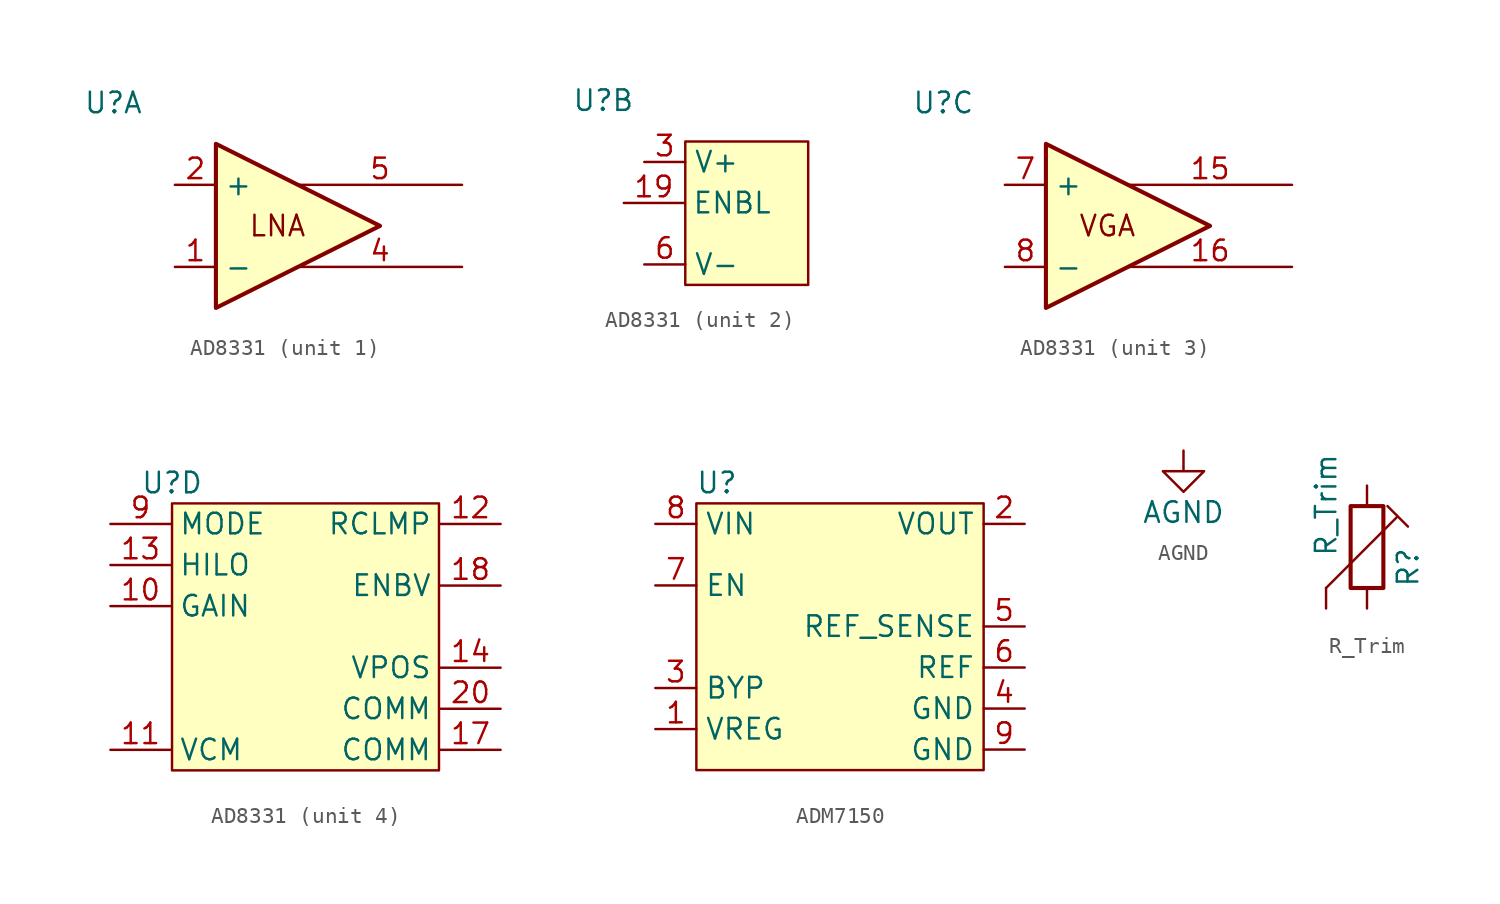
<source format=kicad_sym>
(kicad_symbol_lib
  (version 20220914)
  (generator kicad_symbol_editor)
  (symbol "AD8331"
    (property "Reference" "U"
      (at -8.89 7.62 0)
      (effects (font (size 1.27 1.27))))
    (property "Value" ""
      (at -3.81 -2.54 0)
      (effects (font (size 1.27 1.27))))
    (property "ki_locked" ""
      (at 0 0 0)
      (effects (font (size 1.27 1.27))))
    (symbol "AD8331_1_1"
      (polyline (pts (xy -2.54 5.08) (xy 7.62 0) (xy -2.54 -5.08) (xy -2.54 5.08)) (stroke (width 0.254) (type default)) (fill (type background)))
      (text "LNA" (at 1.27 0 0) (effects (font (size 1.27 1.27))))
      (pin input line (at -5.08 -2.54 0) (length 2.54) (name "-" (effects (font (size 1.27 1.27)))) (number "1" (effects (font (size 1.27 1.27)))))
      (pin input line (at -5.08 2.54 0) (length 2.54) (name "+" (effects (font (size 1.27 1.27)))) (number "2" (effects (font (size 1.27 1.27)))))
      (pin output line (at 12.7 -2.54 180) (length 10.16) (name "~" (effects (font (size 1.27 1.27)))) (number "4" (effects (font (size 1.27 1.27)))))
      (pin output line (at 12.7 2.54 180) (length 10.16) (name "~" (effects (font (size 1.27 1.27)))) (number "5" (effects (font (size 1.27 1.27))))))
    (symbol "AD8331_2_1"
      (rectangle (start -3.81 5.08) (end 3.81 -3.81) (stroke (width 0) (type default)) (fill (type background)))
      (pin input line (at -7.62 1.27 0) (length 3.72) (name "ENBL" (effects (font (size 1.27 1.27)))) (number "19" (effects (font (size 1.27 1.27)))))
      (pin power_in line (at -6.35 3.81 0) (length 2.54) (name "V+" (effects (font (size 1.27 1.27)))) (number "3" (effects (font (size 1.27 1.27)))))
      (pin power_in line (at -6.35 -2.54 0) (length 2.54) (name "V-" (effects (font (size 1.27 1.27)))) (number "6" (effects (font (size 1.27 1.27))))))
    (symbol "AD8331_3_1"
      (polyline (pts (xy -2.54 5.08) (xy 7.62 0) (xy -2.54 -5.08) (xy -2.54 5.08)) (stroke (width 0.254) (type default)) (fill (type background)))
      (text "VGA" (at 1.27 0 0) (effects (font (size 1.27 1.27))))
      (pin output line (at 12.7 2.54 180) (length 10.14) (name "~" (effects (font (size 1.27 1.27)))) (number "15" (effects (font (size 1.27 1.27)))))
      (pin output line (at 12.7 -2.54 180) (length 10.14) (name "~" (effects (font (size 1.27 1.27)))) (number "16" (effects (font (size 1.27 1.27)))))
      (pin input line (at -5.08 2.54 0) (length 2.54) (name "+" (effects (font (size 1.27 1.27)))) (number "7" (effects (font (size 1.27 1.27)))))
      (pin input line (at -5.08 -2.54 0) (length 2.54) (name "-" (effects (font (size 1.27 1.27)))) (number "8" (effects (font (size 1.27 1.27))))))
    (symbol "AD8331_4_1"
      (rectangle (start -8.89 6.35) (end 7.62 -10.16) (stroke (width 0) (type default)) (fill (type background)))
      (pin input line (at -12.7 0 0) (length 3.72) (name "GAIN" (effects (font (size 1.27 1.27)))) (number "10" (effects (font (size 1.27 1.27)))))
      (pin passive line (at -12.7 -8.89 0) (length 3.72) (name "VCM" (effects (font (size 1.27 1.27)))) (number "11" (effects (font (size 1.27 1.27)))))
      (pin passive line (at 11.43 5.08 180) (length 3.72) (name "RCLMP" (effects (font (size 1.27 1.27)))) (number "12" (effects (font (size 1.27 1.27)))))
      (pin input line (at -12.7 2.54 0) (length 3.72) (name "HILO" (effects (font (size 1.27 1.27)))) (number "13" (effects (font (size 1.27 1.27)))))
      (pin power_in line (at 11.43 -3.81 180) (length 3.72) (name "VPOS" (effects (font (size 1.27 1.27)))) (number "14" (effects (font (size 1.27 1.27)))))
      (pin power_in line (at 11.43 -8.89 180) (length 3.72) (name "COMM" (effects (font (size 1.27 1.27)))) (number "17" (effects (font (size 1.27 1.27)))))
      (pin input line (at 11.43 1.27 180) (length 3.72) (name "ENBV" (effects (font (size 1.27 1.27)))) (number "18" (effects (font (size 1.27 1.27)))))
      (pin power_in line (at 11.43 -6.35 180) (length 3.72) (name "COMM" (effects (font (size 1.27 1.27)))) (number "20" (effects (font (size 1.27 1.27)))))
      (pin input line (at -12.7 5.08 0) (length 3.72) (name "MODE" (effects (font (size 1.27 1.27)))) (number "9" (effects (font (size 1.27 1.27)))))))
  (symbol "ADM7150"
    (property "Reference" "U"
      (at -7.62 7.62 0)
      (effects (font (size 1.27 1.27))))
    (property "Value" ""
      (at 0 0 0)
      (effects (font (size 1.27 1.27))))
    (symbol "ADM7150_1_1"
      (rectangle (start -8.89 6.35) (end 8.89 -10.16) (stroke (width 0) (type default)) (fill (type background)))
      (pin passive line (at -11.43 -7.62 0) (length 2.54) (name "VREG" (effects (font (size 1.27 1.27)))) (number "1" (effects (font (size 1.27 1.27)))))
      (pin power_out line (at 11.43 5.08 180) (length 2.54) (name "VOUT" (effects (font (size 1.27 1.27)))) (number "2" (effects (font (size 1.27 1.27)))))
      (pin passive line (at -11.43 -5.08 0) (length 2.54) (name "BYP" (effects (font (size 1.27 1.27)))) (number "3" (effects (font (size 1.27 1.27)))))
      (pin passive line (at 11.43 -6.35 180) (length 2.54) (name "GND" (effects (font (size 1.27 1.27)))) (number "4" (effects (font (size 1.27 1.27)))))
      (pin input line (at 11.43 -1.27 180) (length 2.54) (name "REF_SENSE" (effects (font (size 1.27 1.27)))) (number "5" (effects (font (size 1.27 1.27)))))
      (pin input line (at 11.43 -3.81 180) (length 2.54) (name "REF" (effects (font (size 1.27 1.27)))) (number "6" (effects (font (size 1.27 1.27)))))
      (pin input line (at -11.43 1.27 0) (length 2.54) (name "EN" (effects (font (size 1.27 1.27)))) (number "7" (effects (font (size 1.27 1.27)))))
      (pin power_in line (at -11.43 5.08 0) (length 2.54) (name "VIN" (effects (font (size 1.27 1.27)))) (number "8" (effects (font (size 1.27 1.27)))))
      (pin passive line (at 11.43 -8.89 180) (length 2.54) (name "GND" (effects (font (size 1.27 1.27)))) (number "9" (effects (font (size 1.27 1.27)))))))
  (symbol "AGND"
    (power)
    (pin_names
      (offset 0))
    (property "Reference" "#PWR"
      (at 0 -6.35 0)
      (effects (font (size 1.27 1.27)) hide))
    (property "Value" "AGND"
      (at 0 -3.81 0)
      (effects (font (size 1.27 1.27))))
    (symbol "AGND_0_1"
      (polyline (pts (xy 0 0) (xy 0 -1.27) (xy 1.27 -1.27) (xy 0 -2.54) (xy -1.27 -1.27) (xy 0 -1.27)) (stroke (width 0) (type default)) (fill (type none))))
    (symbol "AGND_1_1"
      (pin power_in line (at 0 0 270) (length 0) hide (name "AGND" (effects (font (size 1.27 1.27)))) (number "1" (effects (font (size 1.27 1.27)))))))
  (symbol "R_Trim"
    (pin_numbers hide)
    (pin_names
      (offset 0))
    (property "Reference" "R"
      (at 2.54 -2.54 90)
      (effects (font (size 1.27 1.27)) (justify left)))
    (property "Value" "R_Trim"
      (at -2.54 -0.635 90)
      (effects (font (size 1.27 1.27)) (justify left)))
    (symbol "R_Trim_0_1"
      (rectangle (start -1.016 -2.54) (end 1.016 2.54) (stroke (width 0.254) (type default)) (fill (type none)))
      (polyline (pts (xy -2.54 -2.54) (xy 1.905 1.905) (xy 2.54 1.27) (xy 1.27 2.54)) (stroke (width 0) (type default)) (fill (type none))))
    (symbol "R_Trim_1_1"
      (pin passive line (at 0 3.81 270) (length 1.27) (name "~" (effects (font (size 1.27 1.27)))) (number "1" (effects (font (size 1.27 1.27)))))
      (pin passive line (at 0 -3.81 90) (length 1.27) (name "~" (effects (font (size 1.27 1.27)))) (number "2" (effects (font (size 1.27 1.27)))))
      (pin passive line (at -2.54 -3.81 90) (length 1.27) (name "~" (effects (font (size 1.27 1.27)))) (number "3" (effects (font (size 1.27 1.27))))))))
</source>
